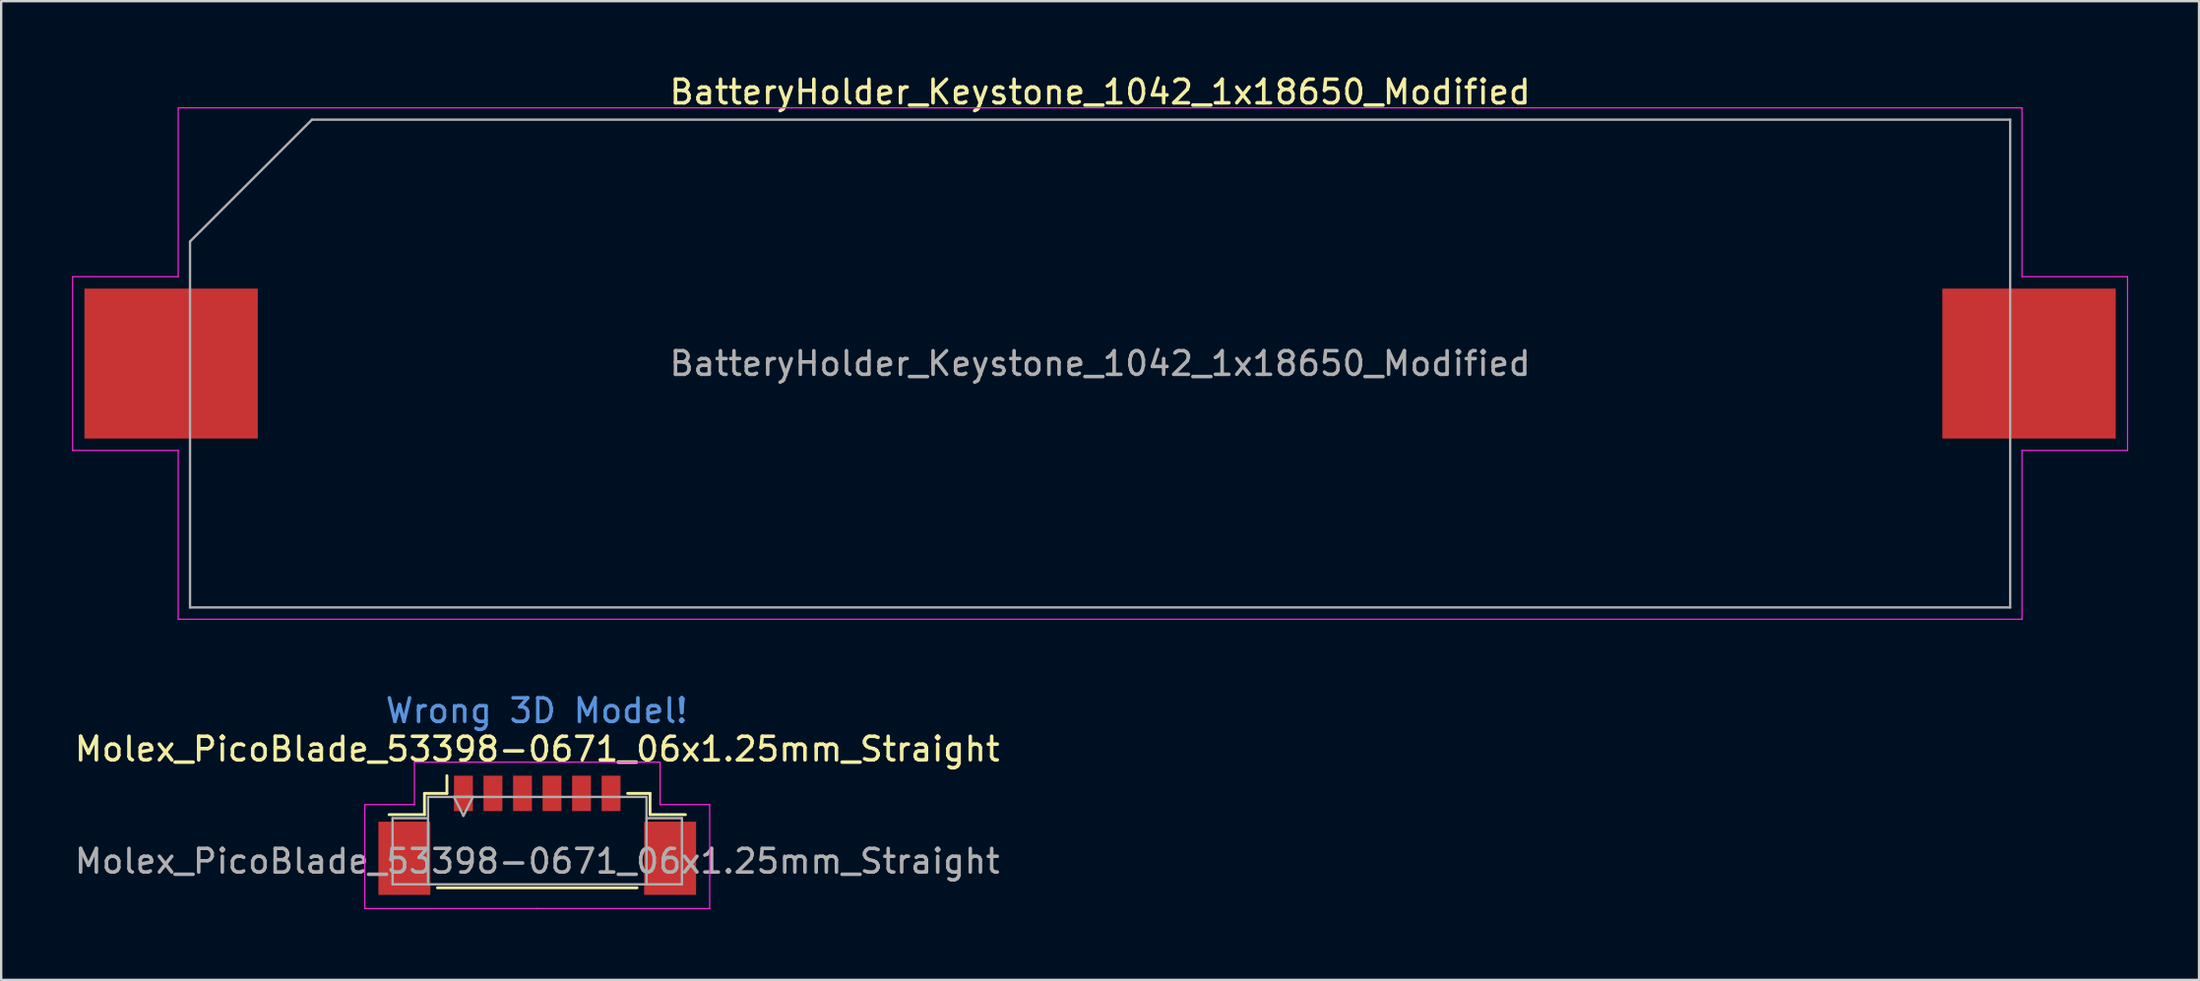
<source format=kicad_pcb>
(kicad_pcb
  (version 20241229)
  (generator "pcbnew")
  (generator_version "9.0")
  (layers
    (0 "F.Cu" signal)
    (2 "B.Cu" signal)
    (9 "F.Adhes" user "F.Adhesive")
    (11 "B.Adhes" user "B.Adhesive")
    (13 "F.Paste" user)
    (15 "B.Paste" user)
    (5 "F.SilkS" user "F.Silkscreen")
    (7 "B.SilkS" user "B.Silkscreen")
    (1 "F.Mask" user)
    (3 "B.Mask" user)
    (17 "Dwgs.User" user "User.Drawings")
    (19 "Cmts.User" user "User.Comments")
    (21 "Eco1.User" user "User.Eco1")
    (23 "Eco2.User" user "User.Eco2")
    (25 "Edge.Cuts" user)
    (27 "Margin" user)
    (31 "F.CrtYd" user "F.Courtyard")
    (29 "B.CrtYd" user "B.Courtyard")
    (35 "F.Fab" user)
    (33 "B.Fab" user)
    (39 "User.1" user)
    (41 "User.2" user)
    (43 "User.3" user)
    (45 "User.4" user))
  (footprint "Molex_PicoBlade_53398-0671_06x1.25mm_Straight"
    (layer "F.Cu")
    (at 19.696 31.928)
    (property "Reference" "Molex_PicoBlade_53398-0671_06x1.25mm_Straight" (at 0 -3.25 180) (layer "F.SilkS") (effects (font (size 1 1) (thickness 0.15))))
    (attr smd)
    (fp_line (start -4.775 -1.375) (end -4.775 -0.475) (stroke (width 0.12) (type solid)) (layer "F.SilkS"))
    (fp_line (start -4.775 -0.475) (end -6.275 -0.475) (stroke (width 0.12) (type solid)) (layer "F.SilkS"))
    (fp_line (start -4.225 2.625) (end 4.225 2.625) (stroke (width 0.12) (type solid)) (layer "F.SilkS"))
    (fp_line (start -3.825 -1.375) (end -4.775 -1.375) (stroke (width 0.12) (type solid)) (layer "F.SilkS"))
    (fp_line (start -3.825 -1.375) (end -3.825 -2.125) (stroke (width 0.12) (type solid)) (layer "F.SilkS"))
    (fp_line (start 3.825 -1.375) (end 4.775 -1.375) (stroke (width 0.12) (type solid)) (layer "F.SilkS"))
    (fp_line (start 4.775 -1.375) (end 4.775 -0.475) (stroke (width 0.12) (type solid)) (layer "F.SilkS"))
    (fp_line (start 4.775 -0.475) (end 6.275 -0.475) (stroke (width 0.12) (type solid)) (layer "F.SilkS"))
    (fp_line (start -7.3 -0.9) (end -7.3 3.5) (stroke (width 0.05) (type solid)) (layer "F.CrtYd"))
    (fp_line (start -7.3 3.5) (end 0 3.5) (stroke (width 0.05) (type solid)) (layer "F.CrtYd"))
    (fp_line (start -5.2 -2.7) (end -5.2 -0.9) (stroke (width 0.05) (type solid)) (layer "F.CrtYd"))
    (fp_line (start -5.2 -0.9) (end -7.3 -0.9) (stroke (width 0.05) (type solid)) (layer "F.CrtYd"))
    (fp_line (start 0 -2.7) (end -5.2 -2.7) (stroke (width 0.05) (type solid)) (layer "F.CrtYd"))
    (fp_line (start 0 -2.7) (end 5.2 -2.7) (stroke (width 0.05) (type solid)) (layer "F.CrtYd"))
    (fp_line (start 5.2 -2.7) (end 5.2 -0.9) (stroke (width 0.05) (type solid)) (layer "F.CrtYd"))
    (fp_line (start 5.2 -0.9) (end 7.3 -0.9) (stroke (width 0.05) (type solid)) (layer "F.CrtYd"))
    (fp_line (start 7.3 -0.9) (end 7.3 3.5) (stroke (width 0.05) (type solid)) (layer "F.CrtYd"))
    (fp_line (start 7.3 3.5) (end 0 3.5) (stroke (width 0.05) (type solid)) (layer "F.CrtYd"))
    (fp_line (start -6.125 -0.325) (end -4.625 -0.325) (stroke (width 0.1) (type solid)) (layer "F.Fab"))
    (fp_line (start -6.125 2.475) (end -6.125 -0.325) (stroke (width 0.1) (type solid)) (layer "F.Fab"))
    (fp_line (start -4.625 -1.225) (end -4.625 2.475) (stroke (width 0.1) (type solid)) (layer "F.Fab"))
    (fp_line (start -4.625 2.475) (end -6.125 2.475) (stroke (width 0.1) (type solid)) (layer "F.Fab"))
    (fp_line (start -4.625 2.475) (end 4.625 2.475) (stroke (width 0.1) (type solid)) (layer "F.Fab"))
    (fp_line (start -3.525 -1.225) (end -3.125 -0.425) (stroke (width 0.1) (type solid)) (layer "F.Fab"))
    (fp_line (start -3.125 -0.425) (end -2.725 -1.225) (stroke (width 0.1) (type solid)) (layer "F.Fab"))
    (fp_line (start -2.725 -1.225) (end -3.525 -1.225) (stroke (width 0.1) (type solid)) (layer "F.Fab"))
    (fp_line (start 4.625 -1.225) (end -4.625 -1.225) (stroke (width 0.1) (type solid)) (layer "F.Fab"))
    (fp_line (start 4.625 2.475) (end 4.625 -1.225) (stroke (width 0.1) (type solid)) (layer "F.Fab"))
    (fp_line (start 4.625 2.475) (end 6.125 2.475) (stroke (width 0.1) (type solid)) (layer "F.Fab"))
    (fp_line (start 6.125 -0.325) (end 4.625 -0.325) (stroke (width 0.1) (type solid)) (layer "F.Fab"))
    (fp_line (start 6.125 2.475) (end 6.125 -0.325) (stroke (width 0.1) (type solid)) (layer "F.Fab"))
    (fp_text user "Wrong 3D Model!" (at -0.025 -4.877 0) (layer "Cmts.User") (effects (font (size 1 1) (thickness 0.15))))
    (fp_text user "${REFERENCE}" (at 0 1.5 180) (layer "F.Fab") (effects (font (size 1 1) (thickness 0.15))))
    (pad "" smd rect (at -5.625 1.375) (size 2.2 3.1) (layers "F.Cu" "F.Mask" "F.Paste"))
    (pad "" smd rect (at 5.625 1.375) (size 2.2 3.1) (layers "F.Cu" "F.Mask" "F.Paste"))
    (pad "1" smd rect (at -3.125 -1.375) (size 0.8 1.5) (layers "F.Cu" "F.Mask" "F.Paste"))
    (pad "2" smd rect (at -1.875 -1.375) (size 0.8 1.5) (layers "F.Cu" "F.Mask" "F.Paste"))
    (pad "3" smd rect (at -0.625 -1.375) (size 0.8 1.5) (layers "F.Cu" "F.Mask" "F.Paste"))
    (pad "4" smd rect (at 0.625 -1.375) (size 0.8 1.5) (layers "F.Cu" "F.Mask" "F.Paste"))
    (pad "5" smd rect (at 1.875 -1.375) (size 0.8 1.5) (layers "F.Cu" "F.Mask" "F.Paste"))
    (pad "6" smd rect (at 3.125 -1.375) (size 0.8 1.5) (layers "F.Cu" "F.Mask" "F.Paste")))
  (footprint "BatteryHolder_Keystone_1042_1x18650_Modified"
    (layer "F.Cu")
    (at 43.525 12.348)
    (property "Reference" "BatteryHolder_Keystone_1042_1x18650_Modified" (at 0 -11.5 0) (layer "F.SilkS") (effects (font (size 1 1) (thickness 0.15))))
    (attr smd)
    (fp_line (start -43.5 -3.68) (end -39.03 -3.68) (stroke (width 0.05) (type solid)) (layer "F.CrtYd"))
    (fp_line (start -43.5 3.68) (end -43.5 -3.68) (stroke (width 0.05) (type solid)) (layer "F.CrtYd"))
    (fp_line (start -39.03 -10.83) (end -39.03 -3.68) (stroke (width 0.05) (type solid)) (layer "F.CrtYd"))
    (fp_line (start -39.03 -10.83) (end 39.03 -10.83) (stroke (width 0.05) (type solid)) (layer "F.CrtYd"))
    (fp_line (start -39.03 3.68) (end -43.5 3.68) (stroke (width 0.05) (type solid)) (layer "F.CrtYd"))
    (fp_line (start -39.03 10.83) (end -39.03 3.68) (stroke (width 0.05) (type solid)) (layer "F.CrtYd"))
    (fp_line (start -39.03 10.83) (end 39.03 10.83) (stroke (width 0.05) (type solid)) (layer "F.CrtYd"))
    (fp_line (start 39.03 -10.83) (end 39.03 -3.68) (stroke (width 0.05) (type solid)) (layer "F.CrtYd"))
    (fp_line (start 39.03 3.68) (end 43.5 3.68) (stroke (width 0.05) (type solid)) (layer "F.CrtYd"))
    (fp_line (start 39.03 10.83) (end 39.03 3.68) (stroke (width 0.05) (type solid)) (layer "F.CrtYd"))
    (fp_line (start 43.5 -3.68) (end 39.03 -3.68) (stroke (width 0.05) (type solid)) (layer "F.CrtYd"))
    (fp_line (start 43.5 3.68) (end 43.5 -3.68) (stroke (width 0.05) (type solid)) (layer "F.CrtYd"))
    (fp_line (start -38.53 -5.168) (end -38.53 10.33) (stroke (width 0.1) (type solid)) (layer "F.Fab"))
    (fp_line (start -38.53 10.33) (end 38.53 10.33) (stroke (width 0.1) (type solid)) (layer "F.Fab"))
    (fp_line (start -33.367 -10.33) (end -38.53 -5.168) (stroke (width 0.1) (type solid)) (layer "F.Fab"))
    (fp_line (start -33.367 -10.33) (end 38.53 -10.33) (stroke (width 0.1) (type solid)) (layer "F.Fab"))
    (fp_line (start 38.53 -10.33) (end 38.53 10.33) (stroke (width 0.1) (type solid)) (layer "F.Fab"))
    (fp_text user "${REFERENCE}" (at 0 0 0) (layer "F.Fab") (effects (font (size 1 1) (thickness 0.15))))
    (pad "1" smd rect (at -39.33 0) (size 7.34 6.35) (layers "F.Cu" "F.Mask" "F.Paste"))
    (pad "2" smd rect (at 39.33 0) (size 7.34 6.35) (layers "F.Cu" "F.Mask" "F.Paste")))
  (gr_rect
    (start -3 -3)
    (end 90.05 38.453)
    (stroke (width 0.1) (type default))
    (fill no)
    (layer "Edge.Cuts")))
</source>
